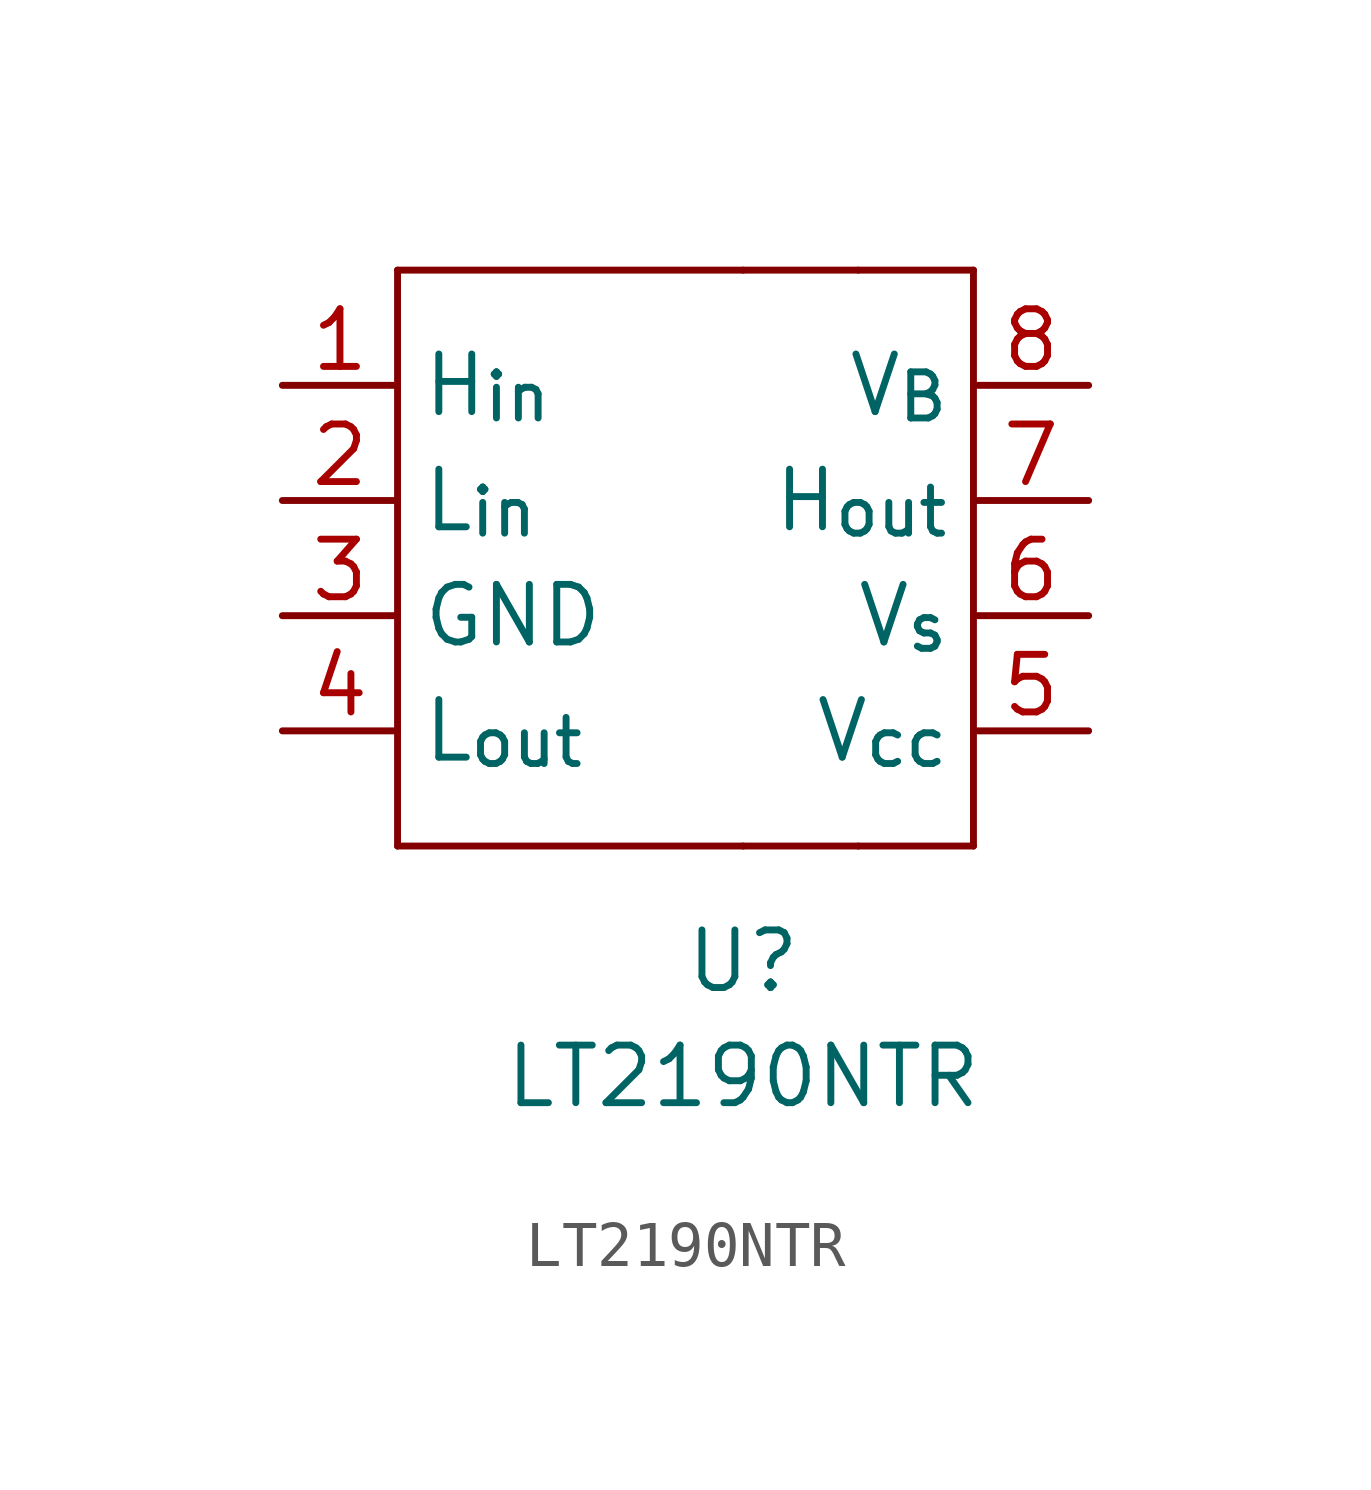
<source format=kicad_sym>
(kicad_symbol_lib
  (version 20211014)
  (generator kicad_symbol_editor)
  (symbol "LT2190NTR"
    (property "Reference" "U"
      (at 1.27 -8.89 0)
      (effects (font (size 1.27 1.27))))
    (property "Value" "LT2190NTR"
      (at 1.27 -11.43 0)
      (effects (font (size 1.27 1.27))))
    (symbol "LT2190NTR_0_1"
      (rectangle (start -6.35 -6.35) (end 1.27 -6.35) (stroke (width 0.152) (type default) (color 0 0 0 0)) (fill (type none)))
      (rectangle (start -6.35 -3.81) (end -6.35 -6.35) (stroke (width 0.152) (type default) (color 0 0 0 0)) (fill (type none)))
      (rectangle (start -6.35 3.81) (end -6.35 -3.81) (stroke (width 0.152) (type default) (color 0 0 0 0)) (fill (type none)))
      (rectangle (start -6.35 3.81) (end -6.35 6.35) (stroke (width 0.152) (type default) (color 0 0 0 0)) (fill (type none)))
      (rectangle (start -6.35 6.35) (end 1.27 6.35) (stroke (width 0.152) (type default) (color 0 0 0 0)) (fill (type none)))
      (rectangle (start 1.27 6.35) (end 3.81 6.35) (stroke (width 0.152) (type default) (color 0 0 0 0)) (fill (type none)))
      (rectangle (start 3.81 -6.35) (end 1.27 -6.35) (stroke (width 0.152) (type default) (color 0 0 0 0)) (fill (type none)))
      (rectangle (start 3.81 -6.35) (end 6.35 -6.35) (stroke (width 0.152) (type default) (color 0 0 0 0)) (fill (type none)))
      (rectangle (start 6.35 -3.81) (end 6.35 -6.35) (stroke (width 0.152) (type default) (color 0 0 0 0)) (fill (type none)))
      (rectangle (start 6.35 -3.81) (end 6.35 3.81) (stroke (width 0.152) (type default) (color 0 0 0 0)) (fill (type none)))
      (rectangle (start 6.35 3.81) (end 6.35 6.35) (stroke (width 0.152) (type default) (color 0 0 0 0)) (fill (type none)))
      (rectangle (start 6.35 6.35) (end 3.81 6.35) (stroke (width 0.152) (type default) (color 0 0 0 0)) (fill (type none))))
    (symbol "LT2190NTR_1_1"
      (pin input line (at -8.89 3.81 0) (length 2.54) (name "H_{in}" (effects (font (size 1.27 1.27)))) (number "1" (effects (font (size 1.27 1.27)))))
      (pin input line (at -8.89 1.27 0) (length 2.54) (name "L_{in}" (effects (font (size 1.27 1.27)))) (number "2" (effects (font (size 1.27 1.27)))))
      (pin power_out line (at -8.89 -1.27 0) (length 2.54) (name "GND" (effects (font (size 1.27 1.27)))) (number "3" (effects (font (size 1.27 1.27)))))
      (pin output line (at -8.89 -3.81 0) (length 2.54) (name "L_{out}" (effects (font (size 1.27 1.27)))) (number "4" (effects (font (size 1.27 1.27)))))
      (pin power_in line (at 8.89 -3.81 180) (length 2.54) (name "V_{cc}" (effects (font (size 1.27 1.27)))) (number "5" (effects (font (size 1.27 1.27)))))
      (pin power_in line (at 8.89 -1.27 180) (length 2.54) (name "V_{s}" (effects (font (size 1.27 1.27)))) (number "6" (effects (font (size 1.27 1.27)))))
      (pin output line (at 8.89 1.27 180) (length 2.54) (name "H_{out}" (effects (font (size 1.27 1.27)))) (number "7" (effects (font (size 1.27 1.27)))))
      (pin power_in line (at 8.89 3.81 180) (length 2.54) (name "V_{B}" (effects (font (size 1.27 1.27)))) (number "8" (effects (font (size 1.27 1.27))))))))
</source>
